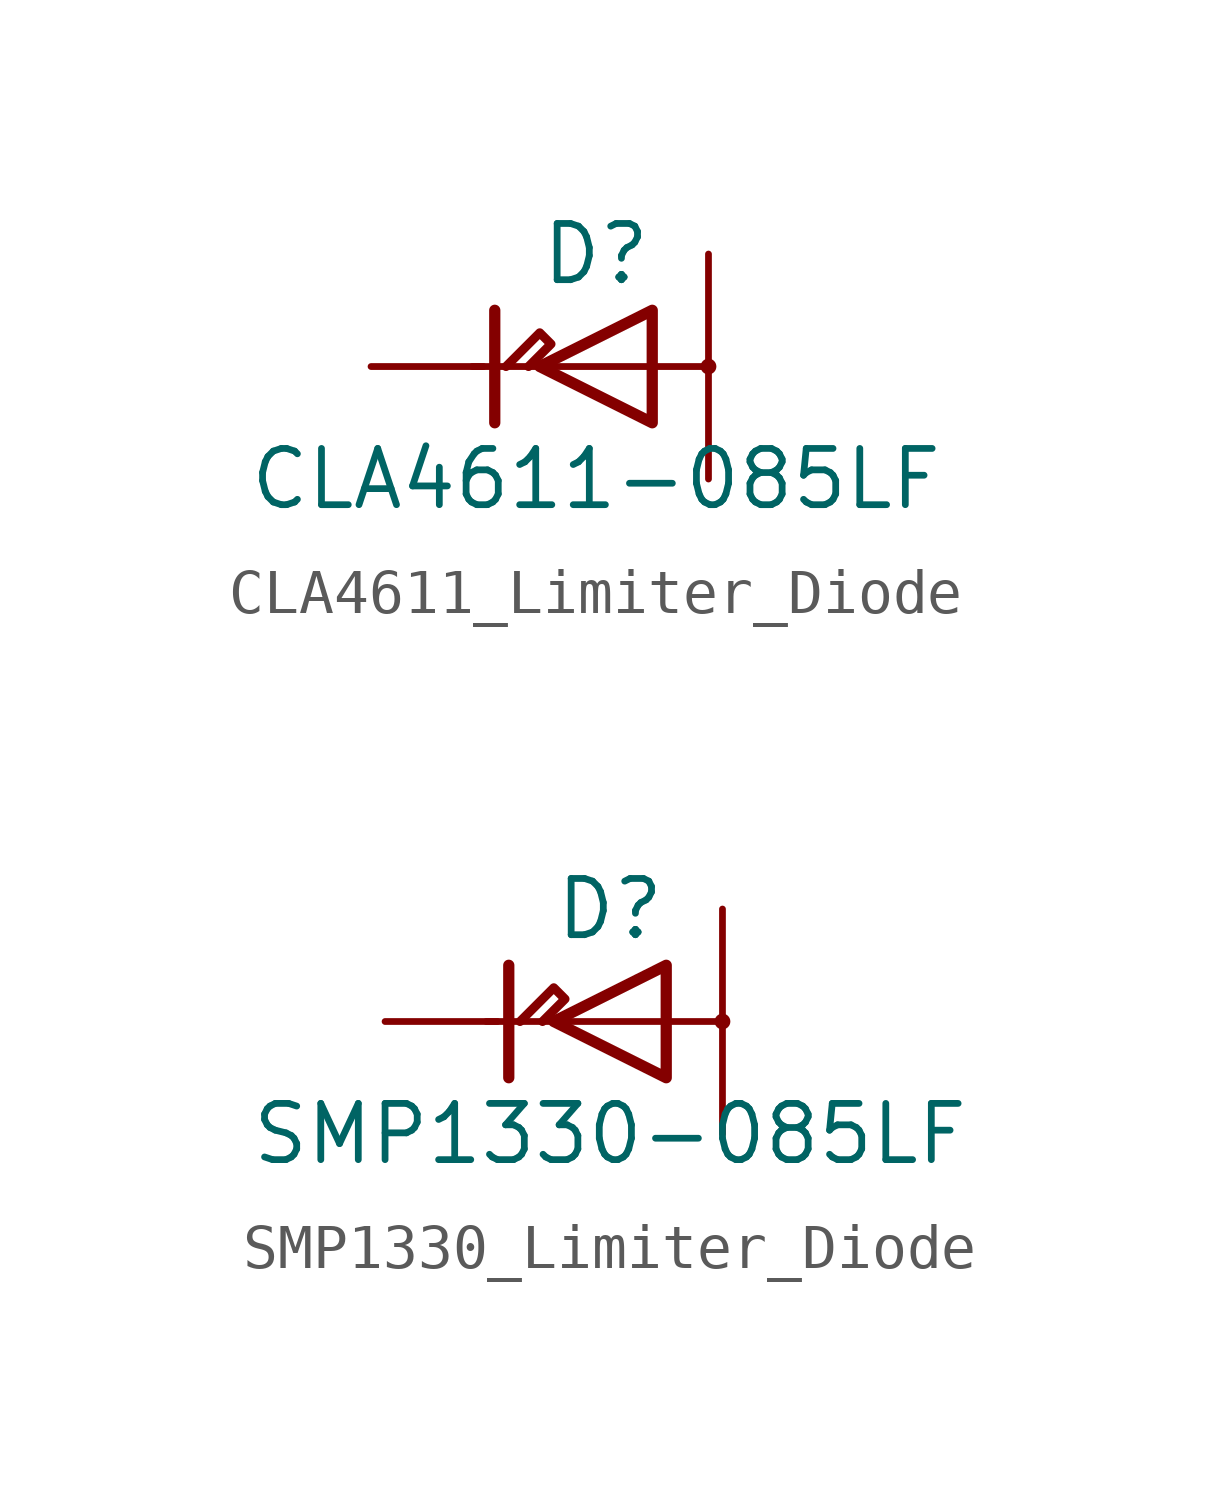
<source format=kicad_sym>
(kicad_symbol_lib
  (version 20241209)
  (generator "kicad_symbol_editor")
  (generator_version "9.0")
  (symbol "CLA4611_Limiter_Diode"
    (pin_numbers
      (hide yes))
    (pin_names
      (offset 1.016)
      (hide yes))
    (property "Reference" "D"
      (at 0 2.54 0)
      (effects (font (size 1.27 1.27))))
    (property "Value" "CLA4611-085LF"
      (at 0 -2.54 0)
      (effects (font (size 1.27 1.27))))
    (symbol "CLA4611_Limiter_Diode_0_1"
      (polyline (pts (xy -2.286 1.27) (xy -2.286 -1.27)) (stroke (width 0.254) (type solid)) (fill (type none)))
      (polyline (pts (xy -1.524 0) (xy -1.016 0.508) (xy -1.27 0.762) (xy -2.032 0)) (stroke (width 0.203) (type solid)) (fill (type none)))
      (polyline (pts (xy -1.27 0) (xy -2.794 0)) (stroke (width 0) (type solid)) (fill (type none)))
      (polyline (pts (xy 1.27 1.27) (xy 1.27 -1.27) (xy -1.27 0) (xy 1.27 1.27)) (stroke (width 0.254) (type solid)) (fill (type none)))
      (polyline (pts (xy 1.27 0) (xy -1.27 0)) (stroke (width 0) (type solid)) (fill (type none)))
      (polyline (pts (xy 2.54 0) (xy 1.27 0)) (stroke (width 0) (type solid)) (fill (type none)))
      (circle (center 2.54 0) (radius 0.102) (stroke (width 0) (type solid)) (fill (type none))))
    (symbol "CLA4611_Limiter_Diode_1_1"
      (pin passive line (at -5.08 0 0) (length 2.54) (name "K" (effects (font (size 1.27 1.27)))) (number "2" (effects (font (size 1.27 1.27)))))
      (pin passive line (at 2.54 2.54 270) (length 2.54) (name "A2" (effects (font (size 1.27 1.27)))) (number "3" (effects (font (size 1.27 1.27)))))
      (pin passive line (at 2.54 -2.54 90) (length 2.54) (name "A1" (effects (font (size 1.27 1.27)))) (number "1" (effects (font (size 1.27 1.27)))))))
  (symbol "SMP1330_Limiter_Diode"
    (pin_numbers
      (hide yes))
    (pin_names
      (offset 1.016)
      (hide yes))
    (property "Reference" "D"
      (at 0 2.54 0)
      (effects (font (size 1.27 1.27))))
    (property "Value" "SMP1330-085LF"
      (at 0 -2.54 0)
      (effects (font (size 1.27 1.27))))
    (symbol "SMP1330_Limiter_Diode_0_1"
      (polyline (pts (xy -2.286 1.27) (xy -2.286 -1.27)) (stroke (width 0.254) (type solid)) (fill (type none)))
      (polyline (pts (xy -1.524 0) (xy -1.016 0.508) (xy -1.27 0.762) (xy -2.032 0)) (stroke (width 0.203) (type solid)) (fill (type none)))
      (polyline (pts (xy -1.27 0) (xy -2.794 0)) (stroke (width 0) (type solid)) (fill (type none)))
      (polyline (pts (xy 1.27 1.27) (xy 1.27 -1.27) (xy -1.27 0) (xy 1.27 1.27)) (stroke (width 0.254) (type solid)) (fill (type none)))
      (polyline (pts (xy 1.27 0) (xy -1.27 0)) (stroke (width 0) (type solid)) (fill (type none)))
      (polyline (pts (xy 2.54 0) (xy 1.27 0)) (stroke (width 0) (type solid)) (fill (type none)))
      (circle (center 2.54 0) (radius 0.102) (stroke (width 0) (type solid)) (fill (type none))))
    (symbol "SMP1330_Limiter_Diode_1_1"
      (pin passive line (at -5.08 0 0) (length 2.54) (name "K" (effects (font (size 1.27 1.27)))) (number "2" (effects (font (size 1.27 1.27)))))
      (pin passive line (at 2.54 2.54 270) (length 2.54) (name "A2" (effects (font (size 1.27 1.27)))) (number "3" (effects (font (size 1.27 1.27)))))
      (pin passive line (at 2.54 -2.54 90) (length 2.54) (name "A1" (effects (font (size 1.27 1.27)))) (number "1" (effects (font (size 1.27 1.27))))))))
</source>
